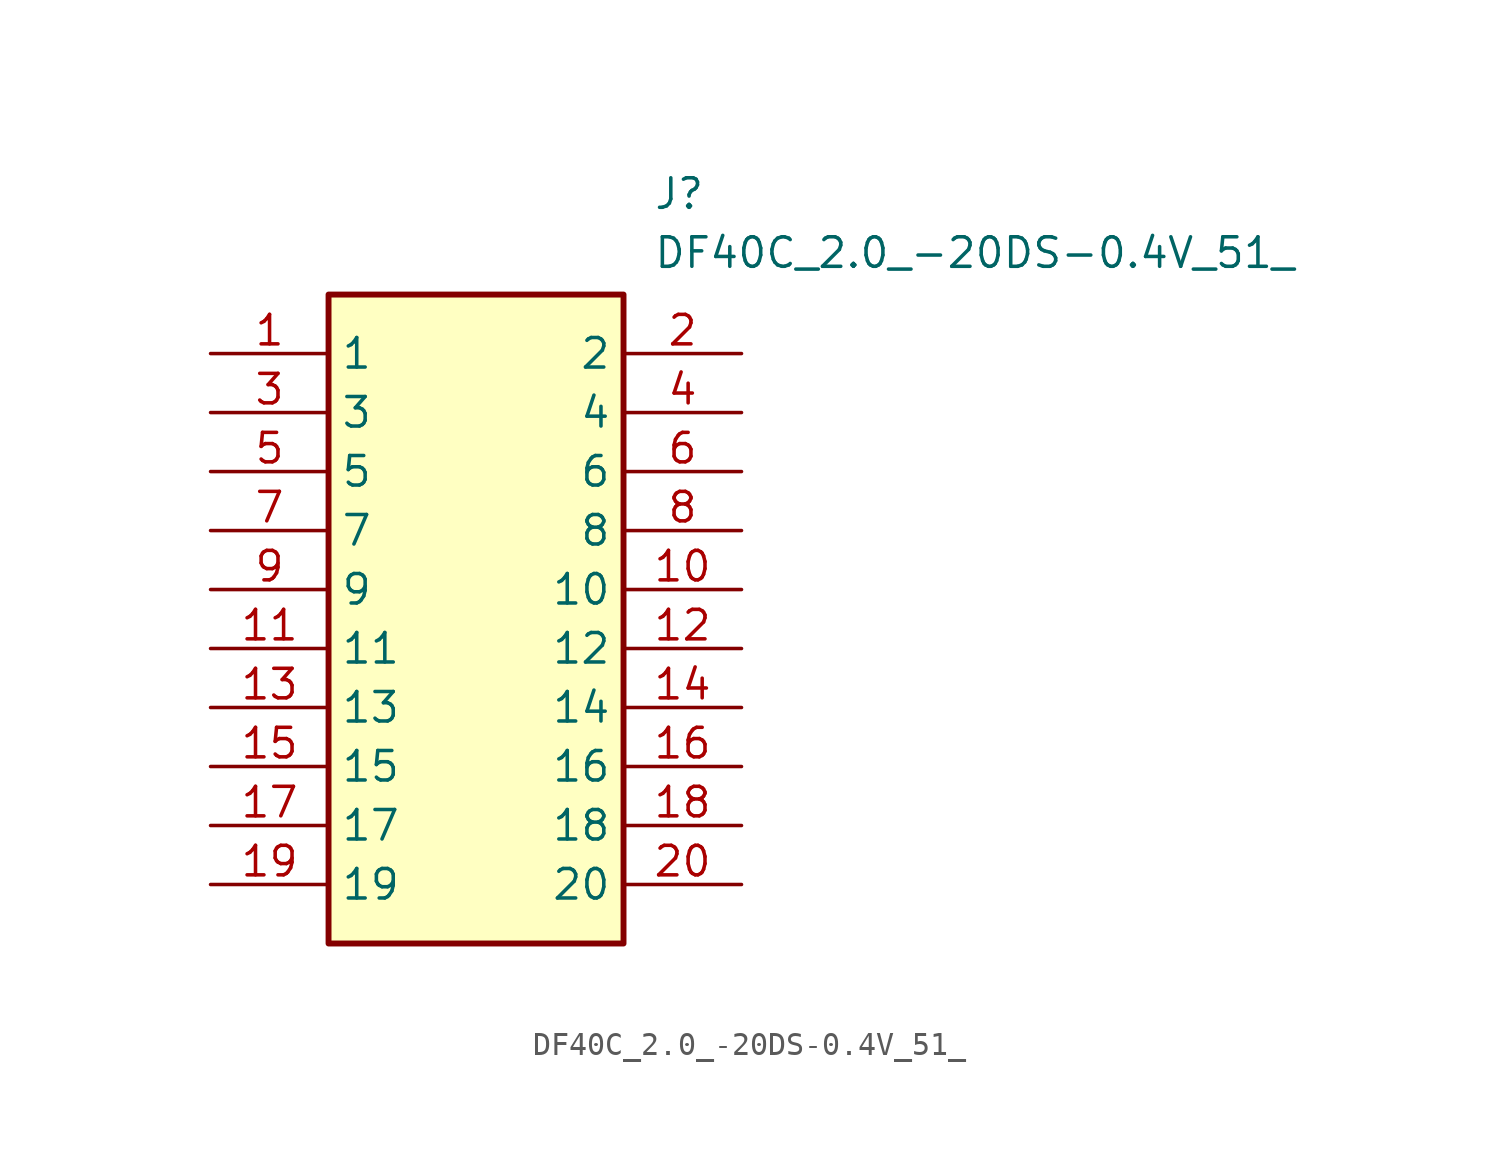
<source format=kicad_sym>
(kicad_symbol_lib
  (version 20211014)
  (generator SamacSys_ECAD_Model)
  (symbol "DF40C_2.0_-20DS-0.4V_51_"
    (property "Reference" "J"
      (at 19.05 7.62 0)
      (effects (font (size 1.27 1.27)) (justify left top)))
    (property "Value" "DF40C_2.0_-20DS-0.4V_51_"
      (at 19.05 5.08 0)
      (effects (font (size 1.27 1.27)) (justify left top)))
    (rectangle
      (start 5.08 2.54)
      (end 17.78 -25.4)
      (stroke (width 0.254) (type default))
      (fill (type background)))
    (pin passive line
      (at 0 0 0)
      (length 5.08)
      (name "1" (effects (font (size 1.27 1.27))))
      (number "1" (effects (font (size 1.27 1.27)))))
    (pin passive line
      (at 22.86 0 180)
      (length 5.08)
      (name "2" (effects (font (size 1.27 1.27))))
      (number "2" (effects (font (size 1.27 1.27)))))
    (pin passive line
      (at 0 -2.54 0)
      (length 5.08)
      (name "3" (effects (font (size 1.27 1.27))))
      (number "3" (effects (font (size 1.27 1.27)))))
    (pin passive line
      (at 22.86 -2.54 180)
      (length 5.08)
      (name "4" (effects (font (size 1.27 1.27))))
      (number "4" (effects (font (size 1.27 1.27)))))
    (pin passive line
      (at 0 -5.08 0)
      (length 5.08)
      (name "5" (effects (font (size 1.27 1.27))))
      (number "5" (effects (font (size 1.27 1.27)))))
    (pin passive line
      (at 22.86 -5.08 180)
      (length 5.08)
      (name "6" (effects (font (size 1.27 1.27))))
      (number "6" (effects (font (size 1.27 1.27)))))
    (pin passive line
      (at 0 -7.62 0)
      (length 5.08)
      (name "7" (effects (font (size 1.27 1.27))))
      (number "7" (effects (font (size 1.27 1.27)))))
    (pin passive line
      (at 22.86 -7.62 180)
      (length 5.08)
      (name "8" (effects (font (size 1.27 1.27))))
      (number "8" (effects (font (size 1.27 1.27)))))
    (pin passive line
      (at 0 -10.16 0)
      (length 5.08)
      (name "9" (effects (font (size 1.27 1.27))))
      (number "9" (effects (font (size 1.27 1.27)))))
    (pin passive line
      (at 22.86 -10.16 180)
      (length 5.08)
      (name "10" (effects (font (size 1.27 1.27))))
      (number "10" (effects (font (size 1.27 1.27)))))
    (pin passive line
      (at 0 -12.7 0)
      (length 5.08)
      (name "11" (effects (font (size 1.27 1.27))))
      (number "11" (effects (font (size 1.27 1.27)))))
    (pin passive line
      (at 22.86 -12.7 180)
      (length 5.08)
      (name "12" (effects (font (size 1.27 1.27))))
      (number "12" (effects (font (size 1.27 1.27)))))
    (pin passive line
      (at 0 -15.24 0)
      (length 5.08)
      (name "13" (effects (font (size 1.27 1.27))))
      (number "13" (effects (font (size 1.27 1.27)))))
    (pin passive line
      (at 22.86 -15.24 180)
      (length 5.08)
      (name "14" (effects (font (size 1.27 1.27))))
      (number "14" (effects (font (size 1.27 1.27)))))
    (pin passive line
      (at 0 -17.78 0)
      (length 5.08)
      (name "15" (effects (font (size 1.27 1.27))))
      (number "15" (effects (font (size 1.27 1.27)))))
    (pin passive line
      (at 22.86 -17.78 180)
      (length 5.08)
      (name "16" (effects (font (size 1.27 1.27))))
      (number "16" (effects (font (size 1.27 1.27)))))
    (pin passive line
      (at 0 -20.32 0)
      (length 5.08)
      (name "17" (effects (font (size 1.27 1.27))))
      (number "17" (effects (font (size 1.27 1.27)))))
    (pin passive line
      (at 22.86 -20.32 180)
      (length 5.08)
      (name "18" (effects (font (size 1.27 1.27))))
      (number "18" (effects (font (size 1.27 1.27)))))
    (pin passive line
      (at 0 -22.86 0)
      (length 5.08)
      (name "19" (effects (font (size 1.27 1.27))))
      (number "19" (effects (font (size 1.27 1.27)))))
    (pin passive line
      (at 22.86 -22.86 180)
      (length 5.08)
      (name "20" (effects (font (size 1.27 1.27))))
      (number "20" (effects (font (size 1.27 1.27)))))))
</source>
